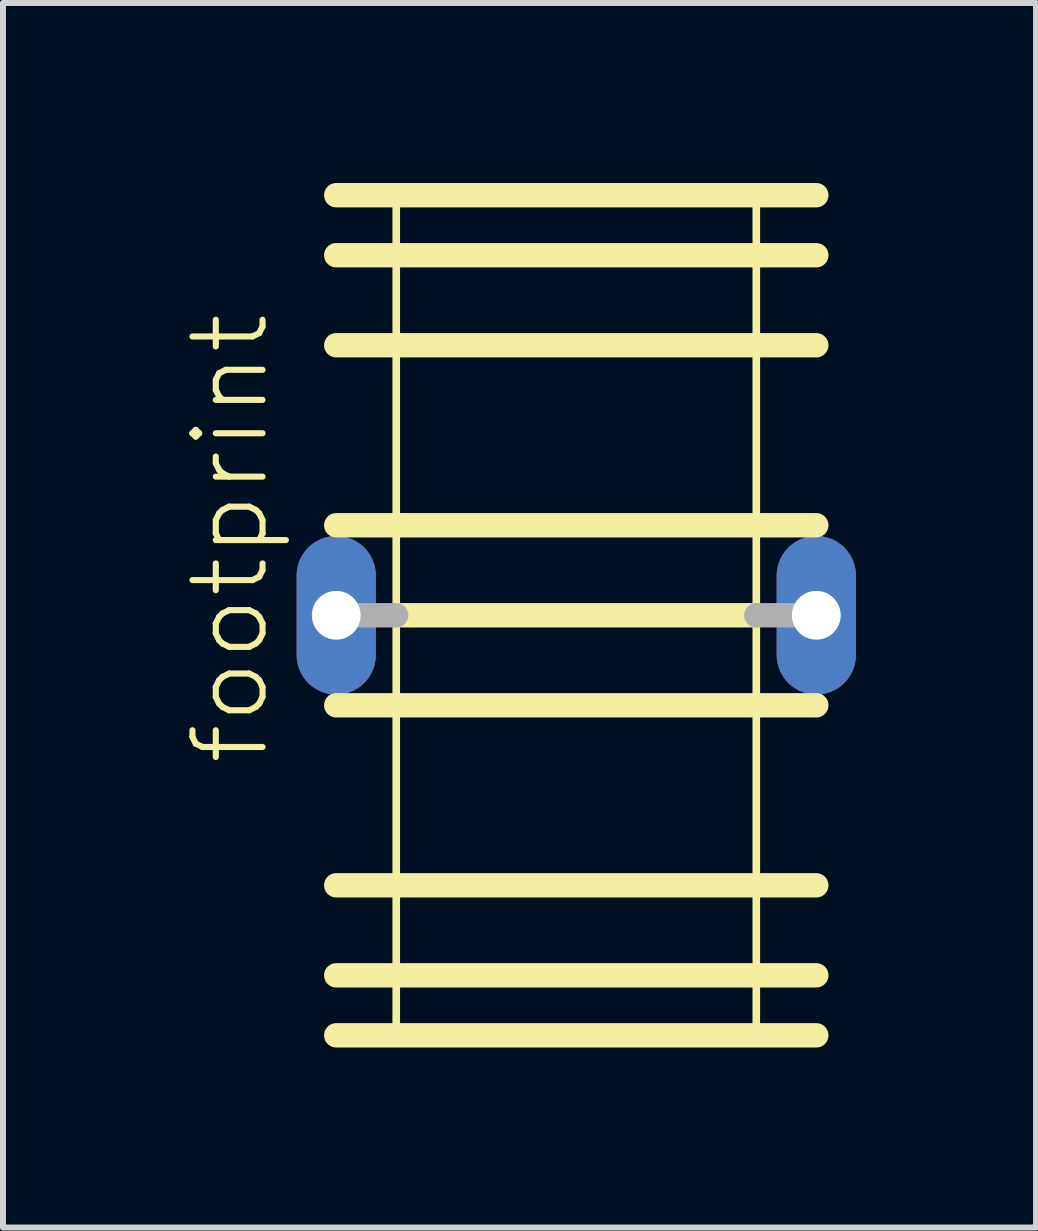
<source format=kicad_pcb>
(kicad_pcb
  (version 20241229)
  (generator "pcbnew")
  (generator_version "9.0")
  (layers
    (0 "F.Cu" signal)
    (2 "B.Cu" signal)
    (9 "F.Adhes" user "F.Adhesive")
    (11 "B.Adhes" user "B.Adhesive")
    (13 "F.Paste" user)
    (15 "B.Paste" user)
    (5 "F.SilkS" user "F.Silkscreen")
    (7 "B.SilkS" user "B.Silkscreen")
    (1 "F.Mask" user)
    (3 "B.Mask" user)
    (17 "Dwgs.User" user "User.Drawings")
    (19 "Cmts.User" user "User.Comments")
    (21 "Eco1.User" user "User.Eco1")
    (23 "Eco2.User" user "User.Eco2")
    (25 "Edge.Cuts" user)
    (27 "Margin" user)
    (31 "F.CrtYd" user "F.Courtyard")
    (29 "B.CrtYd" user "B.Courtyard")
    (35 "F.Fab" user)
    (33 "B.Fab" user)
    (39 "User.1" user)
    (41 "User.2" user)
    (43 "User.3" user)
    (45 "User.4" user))
  (footprint "footprint"
    (layer "F.Cu")
    (at 6.553 7.203)
    (property "Reference" "footprint" (at -5.08 2.54 90) (layer "F.SilkS") (effects (font (size 1.168 1.168) (thickness 0.102)) (justify left bottom)))
    (fp_line (start -4 -7) (end 4 -7) (stroke (width 0.406) (type solid)) (layer "F.SilkS"))
    (fp_line (start -4 -6) (end 4 -6) (stroke (width 0.406) (type solid)) (layer "F.SilkS"))
    (fp_line (start -4 -4.5) (end 4 -4.5) (stroke (width 0.406) (type solid)) (layer "F.SilkS"))
    (fp_line (start -4 -1.5) (end 4 -1.5) (stroke (width 0.406) (type solid)) (layer "F.SilkS"))
    (fp_line (start -4 1.5) (end 4 1.5) (stroke (width 0.406) (type solid)) (layer "F.SilkS"))
    (fp_line (start -4 4.5) (end 4 4.5) (stroke (width 0.406) (type solid)) (layer "F.SilkS"))
    (fp_line (start -4 6) (end 4 6) (stroke (width 0.406) (type solid)) (layer "F.SilkS"))
    (fp_line (start -4 7) (end 4 7) (stroke (width 0.406) (type solid)) (layer "F.SilkS"))
    (fp_line (start -3 -7) (end -3 0) (stroke (width 0.127) (type solid)) (layer "F.SilkS"))
    (fp_line (start -3 0) (end -3 7) (stroke (width 0.127) (type solid)) (layer "F.SilkS"))
    (fp_line (start -3 0) (end 3 0) (stroke (width 0.406) (type solid)) (layer "F.SilkS"))
    (fp_line (start -3 7) (end 3 7) (stroke (width 0.127) (type solid)) (layer "F.SilkS"))
    (fp_line (start 3 -7) (end -3 -7) (stroke (width 0.127) (type solid)) (layer "F.SilkS"))
    (fp_line (start 3 0) (end 3 -7) (stroke (width 0.127) (type solid)) (layer "F.SilkS"))
    (fp_line (start 3 7) (end 3 0) (stroke (width 0.127) (type solid)) (layer "F.SilkS"))
    (fp_line (start -4 0) (end -3 0) (stroke (width 0.406) (type solid)) (layer "F.Fab"))
    (fp_line (start 3 0) (end 4 0) (stroke (width 0.406) (type solid)) (layer "F.Fab"))
    (pad "1" thru_hole oval (at -4 0 90) (size 2.642 1.321) (drill 0.813) (layers "*.Cu" "*.Mask"))
    (pad "2" thru_hole oval (at 4 0 90) (size 2.642 1.321) (drill 0.813) (layers "*.Cu" "*.Mask")))
  (gr_rect
    (start -3 -3)
    (end 14.214 17.406)
    (stroke (width 0.1) (type default))
    (fill no)
    (layer "Edge.Cuts")))
</source>
